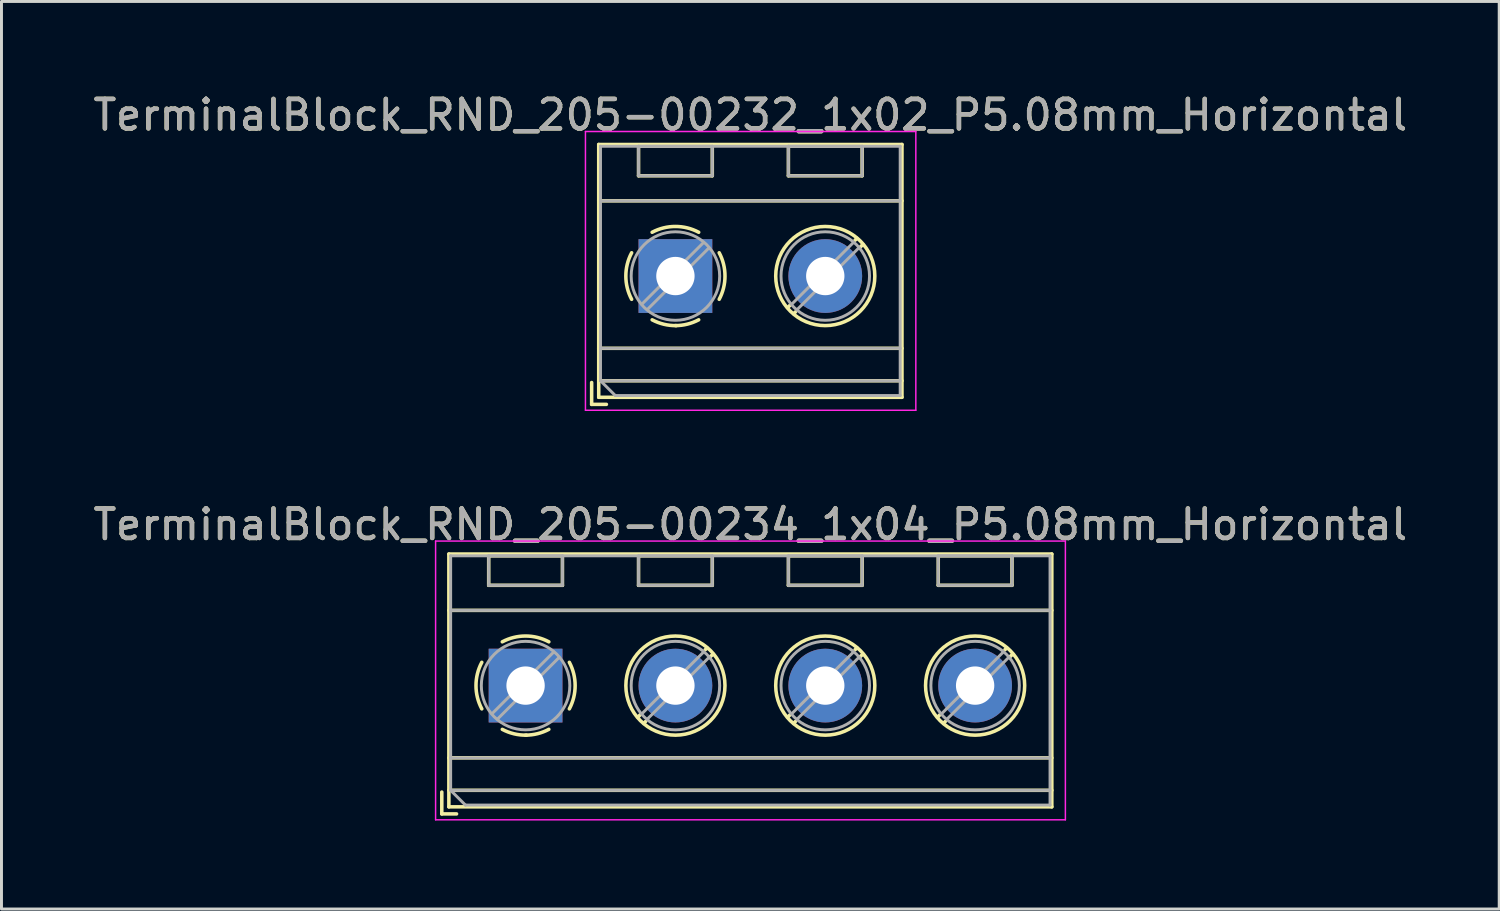
<source format=kicad_pcb>
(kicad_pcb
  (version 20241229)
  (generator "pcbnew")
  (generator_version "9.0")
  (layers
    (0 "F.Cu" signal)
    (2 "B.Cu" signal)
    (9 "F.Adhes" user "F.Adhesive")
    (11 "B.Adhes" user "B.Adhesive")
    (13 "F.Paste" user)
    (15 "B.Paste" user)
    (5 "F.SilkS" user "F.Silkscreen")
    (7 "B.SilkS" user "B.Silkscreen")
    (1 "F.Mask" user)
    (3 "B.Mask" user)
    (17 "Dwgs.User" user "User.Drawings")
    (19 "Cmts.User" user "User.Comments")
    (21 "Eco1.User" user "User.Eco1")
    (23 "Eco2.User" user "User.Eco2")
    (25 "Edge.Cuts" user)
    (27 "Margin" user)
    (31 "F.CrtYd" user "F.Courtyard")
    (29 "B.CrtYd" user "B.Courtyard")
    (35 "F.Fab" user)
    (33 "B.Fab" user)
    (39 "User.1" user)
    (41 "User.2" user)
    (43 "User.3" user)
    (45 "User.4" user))
  (footprint "TerminalBlock_RND_205-00232_1x02_P5.08mm_Horizontal"
    (layer "F.Cu")
    (at 19.847 6.308)
    (property "Reference" "TerminalBlock_RND_205-00232_1x02_P5.08mm_Horizontal" (at 2.54 -5.46 0) (layer "F.SilkS") (effects (font (size 1 1) (thickness 0.15))))
    (attr through_hole)
    (fp_line (start -2.84 3.61) (end -2.84 4.35) (stroke (width 0.12) (type solid)) (layer "F.SilkS"))
    (fp_line (start -2.84 4.35) (end -2.34 4.35) (stroke (width 0.12) (type solid)) (layer "F.SilkS"))
    (fp_line (start -2.6 -4.46) (end -2.6 4.11) (stroke (width 0.12) (type solid)) (layer "F.SilkS"))
    (fp_line (start -2.6 -4.46) (end 7.68 -4.46) (stroke (width 0.12) (type solid)) (layer "F.SilkS"))
    (fp_line (start -2.6 -2.55) (end 7.68 -2.55) (stroke (width 0.12) (type solid)) (layer "F.SilkS"))
    (fp_line (start -2.6 2.45) (end 7.68 2.45) (stroke (width 0.12) (type solid)) (layer "F.SilkS"))
    (fp_line (start -2.6 3.55) (end 7.68 3.55) (stroke (width 0.12) (type solid)) (layer "F.SilkS"))
    (fp_line (start -2.6 4.11) (end 7.68 4.11) (stroke (width 0.12) (type solid)) (layer "F.SilkS"))
    (fp_line (start -1.25 -4.4) (end -1.25 -3.4) (stroke (width 0.12) (type solid)) (layer "F.SilkS"))
    (fp_line (start -1.25 -4.4) (end 1.25 -4.4) (stroke (width 0.12) (type solid)) (layer "F.SilkS"))
    (fp_line (start -1.25 -3.4) (end 1.25 -3.4) (stroke (width 0.12) (type solid)) (layer "F.SilkS"))
    (fp_line (start 1.25 -4.4) (end 1.25 -3.4) (stroke (width 0.12) (type solid)) (layer "F.SilkS"))
    (fp_line (start 3.83 -4.4) (end 3.83 -3.4) (stroke (width 0.12) (type solid)) (layer "F.SilkS"))
    (fp_line (start 3.83 -4.4) (end 6.33 -4.4) (stroke (width 0.12) (type solid)) (layer "F.SilkS"))
    (fp_line (start 3.83 -3.4) (end 6.33 -3.4) (stroke (width 0.12) (type solid)) (layer "F.SilkS"))
    (fp_line (start 3.9 0.976) (end 3.806 1.069) (stroke (width 0.12) (type solid)) (layer "F.SilkS"))
    (fp_line (start 4.07 1.216) (end 4.011 1.274) (stroke (width 0.12) (type solid)) (layer "F.SilkS"))
    (fp_line (start 6.15 -1.275) (end 6.091 -1.216) (stroke (width 0.12) (type solid)) (layer "F.SilkS"))
    (fp_line (start 6.33 -4.4) (end 6.33 -3.4) (stroke (width 0.12) (type solid)) (layer "F.SilkS"))
    (fp_line (start 6.355 -1.069) (end 6.261 -0.976) (stroke (width 0.12) (type solid)) (layer "F.SilkS"))
    (fp_line (start 7.68 -4.46) (end 7.68 4.11) (stroke (width 0.12) (type solid)) (layer "F.SilkS"))
    (fp_arc (start -1.483953 0.789089) (mid -1.680708 0.00005) (end -1.484 -0.789) (stroke (width 0.12) (type solid)) (layer "F.SilkS"))
    (fp_arc (start -0.789089 -1.483953) (mid -0.00005 -1.680708) (end 0.789 -1.484) (stroke (width 0.12) (type solid)) (layer "F.SilkS"))
    (fp_arc (start 0.029383 1.68045) (mid -0.392304 1.634281) (end -0.789 1.484) (stroke (width 0.12) (type solid)) (layer "F.SilkS"))
    (fp_arc (start 0.788712 1.483352) (mid 0.406429 1.630097) (end 0 1.68) (stroke (width 0.12) (type solid)) (layer "F.SilkS"))
    (fp_arc (start 1.483953 -0.789089) (mid 1.680708 -0.00005) (end 1.484 0.789) (stroke (width 0.12) (type solid)) (layer "F.SilkS"))
    (fp_circle (center 5.08 0) (end 6.76 0) (stroke (width 0.12) (type solid)) (fill no) (layer "F.SilkS"))
    (fp_line (start -3.05 -4.9) (end -3.05 4.55) (stroke (width 0.05) (type solid)) (layer "F.CrtYd"))
    (fp_line (start -3.05 4.55) (end 8.15 4.55) (stroke (width 0.05) (type solid)) (layer "F.CrtYd"))
    (fp_line (start 8.15 -4.9) (end -3.05 -4.9) (stroke (width 0.05) (type solid)) (layer "F.CrtYd"))
    (fp_line (start 8.15 4.55) (end 8.15 -4.9) (stroke (width 0.05) (type solid)) (layer "F.CrtYd"))
    (fp_line (start -2.54 -4.4) (end 7.62 -4.4) (stroke (width 0.1) (type solid)) (layer "F.Fab"))
    (fp_line (start -2.54 -2.55) (end 7.62 -2.55) (stroke (width 0.1) (type solid)) (layer "F.Fab"))
    (fp_line (start -2.54 2.45) (end 7.62 2.45) (stroke (width 0.1) (type solid)) (layer "F.Fab"))
    (fp_line (start -2.54 3.55) (end -2.54 -4.4) (stroke (width 0.1) (type solid)) (layer "F.Fab"))
    (fp_line (start -2.54 3.55) (end 7.62 3.55) (stroke (width 0.1) (type solid)) (layer "F.Fab"))
    (fp_line (start -2.04 4.05) (end -2.54 3.55) (stroke (width 0.1) (type solid)) (layer "F.Fab"))
    (fp_line (start -1.25 -4.4) (end -1.25 -3.4) (stroke (width 0.1) (type solid)) (layer "F.Fab"))
    (fp_line (start -1.25 -3.4) (end 1.25 -3.4) (stroke (width 0.1) (type solid)) (layer "F.Fab"))
    (fp_line (start 0.955 -1.138) (end -1.138 0.955) (stroke (width 0.1) (type solid)) (layer "F.Fab"))
    (fp_line (start 1.138 -0.955) (end -0.955 1.138) (stroke (width 0.1) (type solid)) (layer "F.Fab"))
    (fp_line (start 1.25 -4.4) (end -1.25 -4.4) (stroke (width 0.1) (type solid)) (layer "F.Fab"))
    (fp_line (start 1.25 -3.4) (end 1.25 -4.4) (stroke (width 0.1) (type solid)) (layer "F.Fab"))
    (fp_line (start 3.83 -4.4) (end 3.83 -3.4) (stroke (width 0.1) (type solid)) (layer "F.Fab"))
    (fp_line (start 3.83 -3.4) (end 6.33 -3.4) (stroke (width 0.1) (type solid)) (layer "F.Fab"))
    (fp_line (start 6.035 -1.138) (end 3.943 0.955) (stroke (width 0.1) (type solid)) (layer "F.Fab"))
    (fp_line (start 6.218 -0.955) (end 4.126 1.138) (stroke (width 0.1) (type solid)) (layer "F.Fab"))
    (fp_line (start 6.33 -4.4) (end 3.83 -4.4) (stroke (width 0.1) (type solid)) (layer "F.Fab"))
    (fp_line (start 6.33 -3.4) (end 6.33 -4.4) (stroke (width 0.1) (type solid)) (layer "F.Fab"))
    (fp_line (start 7.62 -4.4) (end 7.62 4.05) (stroke (width 0.1) (type solid)) (layer "F.Fab"))
    (fp_line (start 7.62 4.05) (end -2.04 4.05) (stroke (width 0.1) (type solid)) (layer "F.Fab"))
    (fp_circle (center 0 0) (end 1.5 0) (stroke (width 0.1) (type solid)) (fill no) (layer "F.Fab"))
    (fp_circle (center 5.08 0) (end 6.58 0) (stroke (width 0.1) (type solid)) (fill no) (layer "F.Fab"))
    (fp_text user "${REFERENCE}" (at 2.54 -5.46 0) (layer "F.Fab") (effects (font (size 1 1) (thickness 0.15))))
    (pad "1" thru_hole rect (at 0 0) (size 2.5 2.5) (drill 1.3) (layers "*.Cu" "*.Mask"))
    (pad "2" thru_hole circle (at 5.08 0) (size 2.5 2.5) (drill 1.3) (layers "*.Cu" "*.Mask")))
  (footprint "TerminalBlock_RND_205-00234_1x04_P5.08mm_Horizontal"
    (layer "F.Cu")
    (at 14.767 20.192)
    (property "Reference" "TerminalBlock_RND_205-00234_1x04_P5.08mm_Horizontal" (at 7.62 -5.46 0) (layer "F.SilkS") (effects (font (size 1 1) (thickness 0.15))))
    (attr through_hole)
    (fp_line (start -2.84 3.61) (end -2.84 4.35) (stroke (width 0.12) (type solid)) (layer "F.SilkS"))
    (fp_line (start -2.84 4.35) (end -2.34 4.35) (stroke (width 0.12) (type solid)) (layer "F.SilkS"))
    (fp_line (start -2.6 -4.46) (end -2.6 4.11) (stroke (width 0.12) (type solid)) (layer "F.SilkS"))
    (fp_line (start -2.6 -4.46) (end 17.84 -4.46) (stroke (width 0.12) (type solid)) (layer "F.SilkS"))
    (fp_line (start -2.6 -2.55) (end 17.84 -2.55) (stroke (width 0.12) (type solid)) (layer "F.SilkS"))
    (fp_line (start -2.6 2.45) (end 17.84 2.45) (stroke (width 0.12) (type solid)) (layer "F.SilkS"))
    (fp_line (start -2.6 3.55) (end 17.84 3.55) (stroke (width 0.12) (type solid)) (layer "F.SilkS"))
    (fp_line (start -2.6 4.11) (end 17.84 4.11) (stroke (width 0.12) (type solid)) (layer "F.SilkS"))
    (fp_line (start -1.25 -4.4) (end -1.25 -3.4) (stroke (width 0.12) (type solid)) (layer "F.SilkS"))
    (fp_line (start -1.25 -4.4) (end 1.25 -4.4) (stroke (width 0.12) (type solid)) (layer "F.SilkS"))
    (fp_line (start -1.25 -3.4) (end 1.25 -3.4) (stroke (width 0.12) (type solid)) (layer "F.SilkS"))
    (fp_line (start 1.25 -4.4) (end 1.25 -3.4) (stroke (width 0.12) (type solid)) (layer "F.SilkS"))
    (fp_line (start 3.83 -4.4) (end 3.83 -3.4) (stroke (width 0.12) (type solid)) (layer "F.SilkS"))
    (fp_line (start 3.83 -4.4) (end 6.33 -4.4) (stroke (width 0.12) (type solid)) (layer "F.SilkS"))
    (fp_line (start 3.83 -3.4) (end 6.33 -3.4) (stroke (width 0.12) (type solid)) (layer "F.SilkS"))
    (fp_line (start 3.9 0.976) (end 3.806 1.069) (stroke (width 0.12) (type solid)) (layer "F.SilkS"))
    (fp_line (start 4.07 1.216) (end 4.011 1.274) (stroke (width 0.12) (type solid)) (layer "F.SilkS"))
    (fp_line (start 6.15 -1.275) (end 6.091 -1.216) (stroke (width 0.12) (type solid)) (layer "F.SilkS"))
    (fp_line (start 6.33 -4.4) (end 6.33 -3.4) (stroke (width 0.12) (type solid)) (layer "F.SilkS"))
    (fp_line (start 6.355 -1.069) (end 6.261 -0.976) (stroke (width 0.12) (type solid)) (layer "F.SilkS"))
    (fp_line (start 8.91 -4.4) (end 8.91 -3.4) (stroke (width 0.12) (type solid)) (layer "F.SilkS"))
    (fp_line (start 8.91 -4.4) (end 11.41 -4.4) (stroke (width 0.12) (type solid)) (layer "F.SilkS"))
    (fp_line (start 8.91 -3.4) (end 11.41 -3.4) (stroke (width 0.12) (type solid)) (layer "F.SilkS"))
    (fp_line (start 8.98 0.976) (end 8.886 1.069) (stroke (width 0.12) (type solid)) (layer "F.SilkS"))
    (fp_line (start 9.15 1.216) (end 9.091 1.274) (stroke (width 0.12) (type solid)) (layer "F.SilkS"))
    (fp_line (start 11.23 -1.275) (end 11.171 -1.216) (stroke (width 0.12) (type solid)) (layer "F.SilkS"))
    (fp_line (start 11.41 -4.4) (end 11.41 -3.4) (stroke (width 0.12) (type solid)) (layer "F.SilkS"))
    (fp_line (start 11.435 -1.069) (end 11.341 -0.976) (stroke (width 0.12) (type solid)) (layer "F.SilkS"))
    (fp_line (start 13.99 -4.4) (end 13.99 -3.4) (stroke (width 0.12) (type solid)) (layer "F.SilkS"))
    (fp_line (start 13.99 -4.4) (end 16.49 -4.4) (stroke (width 0.12) (type solid)) (layer "F.SilkS"))
    (fp_line (start 13.99 -3.4) (end 16.49 -3.4) (stroke (width 0.12) (type solid)) (layer "F.SilkS"))
    (fp_line (start 14.06 0.976) (end 13.966 1.069) (stroke (width 0.12) (type solid)) (layer "F.SilkS"))
    (fp_line (start 14.23 1.216) (end 14.171 1.274) (stroke (width 0.12) (type solid)) (layer "F.SilkS"))
    (fp_line (start 16.31 -1.275) (end 16.251 -1.216) (stroke (width 0.12) (type solid)) (layer "F.SilkS"))
    (fp_line (start 16.49 -4.4) (end 16.49 -3.4) (stroke (width 0.12) (type solid)) (layer "F.SilkS"))
    (fp_line (start 16.515 -1.069) (end 16.421 -0.976) (stroke (width 0.12) (type solid)) (layer "F.SilkS"))
    (fp_line (start 17.84 -4.46) (end 17.84 4.11) (stroke (width 0.12) (type solid)) (layer "F.SilkS"))
    (fp_arc (start -1.483953 0.789089) (mid -1.680708 0.00005) (end -1.484 -0.789) (stroke (width 0.12) (type solid)) (layer "F.SilkS"))
    (fp_arc (start -0.789089 -1.483953) (mid -0.00005 -1.680708) (end 0.789 -1.484) (stroke (width 0.12) (type solid)) (layer "F.SilkS"))
    (fp_arc (start 0.029383 1.68045) (mid -0.392304 1.634281) (end -0.789 1.484) (stroke (width 0.12) (type solid)) (layer "F.SilkS"))
    (fp_arc (start 0.788712 1.483352) (mid 0.406429 1.630097) (end 0 1.68) (stroke (width 0.12) (type solid)) (layer "F.SilkS"))
    (fp_arc (start 1.483953 -0.789089) (mid 1.680708 -0.00005) (end 1.484 0.789) (stroke (width 0.12) (type solid)) (layer "F.SilkS"))
    (fp_circle (center 5.08 0) (end 6.76 0) (stroke (width 0.12) (type solid)) (fill no) (layer "F.SilkS"))
    (fp_circle (center 10.16 0) (end 11.84 0) (stroke (width 0.12) (type solid)) (fill no) (layer "F.SilkS"))
    (fp_circle (center 15.24 0) (end 16.92 0) (stroke (width 0.12) (type solid)) (fill no) (layer "F.SilkS"))
    (fp_line (start -3.05 -4.9) (end -3.05 4.55) (stroke (width 0.05) (type solid)) (layer "F.CrtYd"))
    (fp_line (start -3.05 4.55) (end 18.3 4.55) (stroke (width 0.05) (type solid)) (layer "F.CrtYd"))
    (fp_line (start 18.3 -4.9) (end -3.05 -4.9) (stroke (width 0.05) (type solid)) (layer "F.CrtYd"))
    (fp_line (start 18.3 4.55) (end 18.3 -4.9) (stroke (width 0.05) (type solid)) (layer "F.CrtYd"))
    (fp_line (start -2.54 -4.4) (end 17.78 -4.4) (stroke (width 0.1) (type solid)) (layer "F.Fab"))
    (fp_line (start -2.54 -2.55) (end 17.78 -2.55) (stroke (width 0.1) (type solid)) (layer "F.Fab"))
    (fp_line (start -2.54 2.45) (end 17.78 2.45) (stroke (width 0.1) (type solid)) (layer "F.Fab"))
    (fp_line (start -2.54 3.55) (end -2.54 -4.4) (stroke (width 0.1) (type solid)) (layer "F.Fab"))
    (fp_line (start -2.54 3.55) (end 17.78 3.55) (stroke (width 0.1) (type solid)) (layer "F.Fab"))
    (fp_line (start -2.04 4.05) (end -2.54 3.55) (stroke (width 0.1) (type solid)) (layer "F.Fab"))
    (fp_line (start -1.25 -4.4) (end -1.25 -3.4) (stroke (width 0.1) (type solid)) (layer "F.Fab"))
    (fp_line (start -1.25 -3.4) (end 1.25 -3.4) (stroke (width 0.1) (type solid)) (layer "F.Fab"))
    (fp_line (start 0.955 -1.138) (end -1.138 0.955) (stroke (width 0.1) (type solid)) (layer "F.Fab"))
    (fp_line (start 1.138 -0.955) (end -0.955 1.138) (stroke (width 0.1) (type solid)) (layer "F.Fab"))
    (fp_line (start 1.25 -4.4) (end -1.25 -4.4) (stroke (width 0.1) (type solid)) (layer "F.Fab"))
    (fp_line (start 1.25 -3.4) (end 1.25 -4.4) (stroke (width 0.1) (type solid)) (layer "F.Fab"))
    (fp_line (start 3.83 -4.4) (end 3.83 -3.4) (stroke (width 0.1) (type solid)) (layer "F.Fab"))
    (fp_line (start 3.83 -3.4) (end 6.33 -3.4) (stroke (width 0.1) (type solid)) (layer "F.Fab"))
    (fp_line (start 6.035 -1.138) (end 3.943 0.955) (stroke (width 0.1) (type solid)) (layer "F.Fab"))
    (fp_line (start 6.218 -0.955) (end 4.126 1.138) (stroke (width 0.1) (type solid)) (layer "F.Fab"))
    (fp_line (start 6.33 -4.4) (end 3.83 -4.4) (stroke (width 0.1) (type solid)) (layer "F.Fab"))
    (fp_line (start 6.33 -3.4) (end 6.33 -4.4) (stroke (width 0.1) (type solid)) (layer "F.Fab"))
    (fp_line (start 8.91 -4.4) (end 8.91 -3.4) (stroke (width 0.1) (type solid)) (layer "F.Fab"))
    (fp_line (start 8.91 -3.4) (end 11.41 -3.4) (stroke (width 0.1) (type solid)) (layer "F.Fab"))
    (fp_line (start 11.115 -1.138) (end 9.023 0.955) (stroke (width 0.1) (type solid)) (layer "F.Fab"))
    (fp_line (start 11.298 -0.955) (end 9.206 1.138) (stroke (width 0.1) (type solid)) (layer "F.Fab"))
    (fp_line (start 11.41 -4.4) (end 8.91 -4.4) (stroke (width 0.1) (type solid)) (layer "F.Fab"))
    (fp_line (start 11.41 -3.4) (end 11.41 -4.4) (stroke (width 0.1) (type solid)) (layer "F.Fab"))
    (fp_line (start 13.99 -4.4) (end 13.99 -3.4) (stroke (width 0.1) (type solid)) (layer "F.Fab"))
    (fp_line (start 13.99 -3.4) (end 16.49 -3.4) (stroke (width 0.1) (type solid)) (layer "F.Fab"))
    (fp_line (start 16.195 -1.138) (end 14.103 0.955) (stroke (width 0.1) (type solid)) (layer "F.Fab"))
    (fp_line (start 16.378 -0.955) (end 14.286 1.138) (stroke (width 0.1) (type solid)) (layer "F.Fab"))
    (fp_line (start 16.49 -4.4) (end 13.99 -4.4) (stroke (width 0.1) (type solid)) (layer "F.Fab"))
    (fp_line (start 16.49 -3.4) (end 16.49 -4.4) (stroke (width 0.1) (type solid)) (layer "F.Fab"))
    (fp_line (start 17.78 -4.4) (end 17.78 4.05) (stroke (width 0.1) (type solid)) (layer "F.Fab"))
    (fp_line (start 17.78 4.05) (end -2.04 4.05) (stroke (width 0.1) (type solid)) (layer "F.Fab"))
    (fp_circle (center 0 0) (end 1.5 0) (stroke (width 0.1) (type solid)) (fill no) (layer "F.Fab"))
    (fp_circle (center 5.08 0) (end 6.58 0) (stroke (width 0.1) (type solid)) (fill no) (layer "F.Fab"))
    (fp_circle (center 10.16 0) (end 11.66 0) (stroke (width 0.1) (type solid)) (fill no) (layer "F.Fab"))
    (fp_circle (center 15.24 0) (end 16.74 0) (stroke (width 0.1) (type solid)) (fill no) (layer "F.Fab"))
    (fp_text user "${REFERENCE}" (at 7.62 -5.46 0) (layer "F.Fab") (effects (font (size 1 1) (thickness 0.15))))
    (pad "1" thru_hole rect (at 0 0) (size 2.5 2.5) (drill 1.3) (layers "*.Cu" "*.Mask"))
    (pad "2" thru_hole circle (at 5.08 0) (size 2.5 2.5) (drill 1.3) (layers "*.Cu" "*.Mask"))
    (pad "3" thru_hole circle (at 10.16 0) (size 2.5 2.5) (drill 1.3) (layers "*.Cu" "*.Mask"))
    (pad "4" thru_hole circle (at 15.24 0) (size 2.5 2.5) (drill 1.3) (layers "*.Cu" "*.Mask")))
  (gr_rect
    (start -3 -3)
    (end 47.774 27.767)
    (stroke (width 0.1) (type default))
    (fill no)
    (layer "Edge.Cuts")))
</source>
